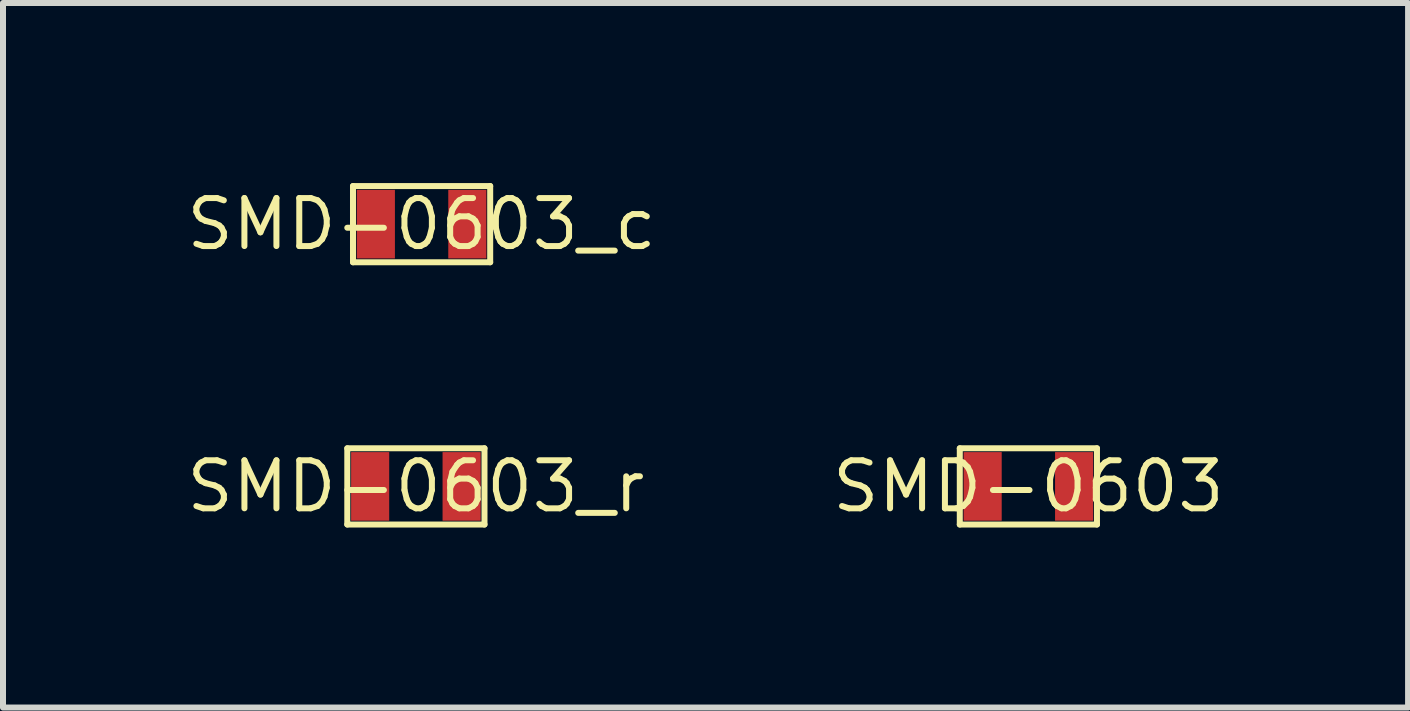
<source format=kicad_pcb>
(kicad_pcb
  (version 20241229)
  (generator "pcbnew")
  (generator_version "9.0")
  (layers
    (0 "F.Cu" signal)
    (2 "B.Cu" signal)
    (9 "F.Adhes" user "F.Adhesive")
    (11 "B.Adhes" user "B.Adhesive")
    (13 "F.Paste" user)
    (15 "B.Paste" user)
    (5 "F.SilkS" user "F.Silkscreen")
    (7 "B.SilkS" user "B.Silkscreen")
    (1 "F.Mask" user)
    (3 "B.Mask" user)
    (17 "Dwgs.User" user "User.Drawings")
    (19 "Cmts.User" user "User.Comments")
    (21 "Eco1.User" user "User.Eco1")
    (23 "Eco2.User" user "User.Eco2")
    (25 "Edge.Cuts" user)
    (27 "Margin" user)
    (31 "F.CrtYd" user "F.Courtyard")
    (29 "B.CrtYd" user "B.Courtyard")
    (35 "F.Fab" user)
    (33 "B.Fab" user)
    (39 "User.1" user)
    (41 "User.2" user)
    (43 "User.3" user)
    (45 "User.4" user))
  (footprint "SMD-0603"
    (layer "F.Cu")
    (at 14.086 5.055)
    (property "Reference" "SMD-0603" (at 0 0 0) (layer "F.SilkS") (effects (font (size 0.8 0.8) (thickness 0.1))))
    (attr smd)
    (fp_line (start -1.143 -0.635) (end 1.143 -0.635) (stroke (width 0.1) (type solid)) (layer "F.SilkS"))
    (fp_line (start -1.143 0.635) (end -1.143 -0.635) (stroke (width 0.1) (type solid)) (layer "F.SilkS"))
    (fp_line (start 1.143 -0.635) (end 1.143 0.635) (stroke (width 0.1) (type solid)) (layer "F.SilkS"))
    (fp_line (start 1.143 0.635) (end -1.143 0.635) (stroke (width 0.1) (type solid)) (layer "F.SilkS"))
    (pad "1" smd rect (at -0.762 0) (size 0.635 1.143) (layers "F.Cu" "F.Mask" "F.Paste"))
    (pad "2" smd rect (at 0.762 0) (size 0.635 1.143) (layers "F.Cu" "F.Mask" "F.Paste")))
  (footprint "SMD-0603_c"
    (layer "F.Cu")
    (at 3.975 0.685)
    (property "Reference" "SMD-0603_c" (at 0 0 0) (layer "F.SilkS") (effects (font (size 0.8 0.8) (thickness 0.1))))
    (attr smd)
    (fp_line (start -1.143 -0.635) (end 1.143 -0.635) (stroke (width 0.1) (type solid)) (layer "F.SilkS"))
    (fp_line (start -1.143 0.635) (end -1.143 -0.635) (stroke (width 0.1) (type solid)) (layer "F.SilkS"))
    (fp_line (start 1.143 -0.635) (end 1.143 0.635) (stroke (width 0.1) (type solid)) (layer "F.SilkS"))
    (fp_line (start 1.143 0.635) (end -1.143 0.635) (stroke (width 0.1) (type solid)) (layer "F.SilkS"))
    (pad "1" smd rect (at -0.762 0) (size 0.635 1.143) (layers "F.Cu" "F.Mask" "F.Paste"))
    (pad "2" smd rect (at 0.762 0) (size 0.635 1.143) (layers "F.Cu" "F.Mask" "F.Paste")))
  (footprint "SMD-0603_r"
    (layer "F.Cu")
    (at 3.88 5.055)
    (property "Reference" "SMD-0603_r" (at 0 0 0) (layer "F.SilkS") (effects (font (size 0.8 0.8) (thickness 0.1))))
    (attr smd)
    (fp_line (start -1.143 -0.635) (end 1.143 -0.635) (stroke (width 0.1) (type solid)) (layer "F.SilkS"))
    (fp_line (start -1.143 0.635) (end -1.143 -0.635) (stroke (width 0.1) (type solid)) (layer "F.SilkS"))
    (fp_line (start 1.143 -0.635) (end 1.143 0.635) (stroke (width 0.1) (type solid)) (layer "F.SilkS"))
    (fp_line (start 1.143 0.635) (end -1.143 0.635) (stroke (width 0.1) (type solid)) (layer "F.SilkS"))
    (pad "1" smd rect (at -0.762 0) (size 0.635 1.143) (layers "F.Cu" "F.Mask" "F.Paste"))
    (pad "2" smd rect (at 0.762 0) (size 0.635 1.143) (layers "F.Cu" "F.Mask" "F.Paste")))
  (gr_rect
    (start -3 -3)
    (end 20.413 8.74)
    (stroke (width 0.1) (type default))
    (fill no)
    (layer "Edge.Cuts")))
</source>
